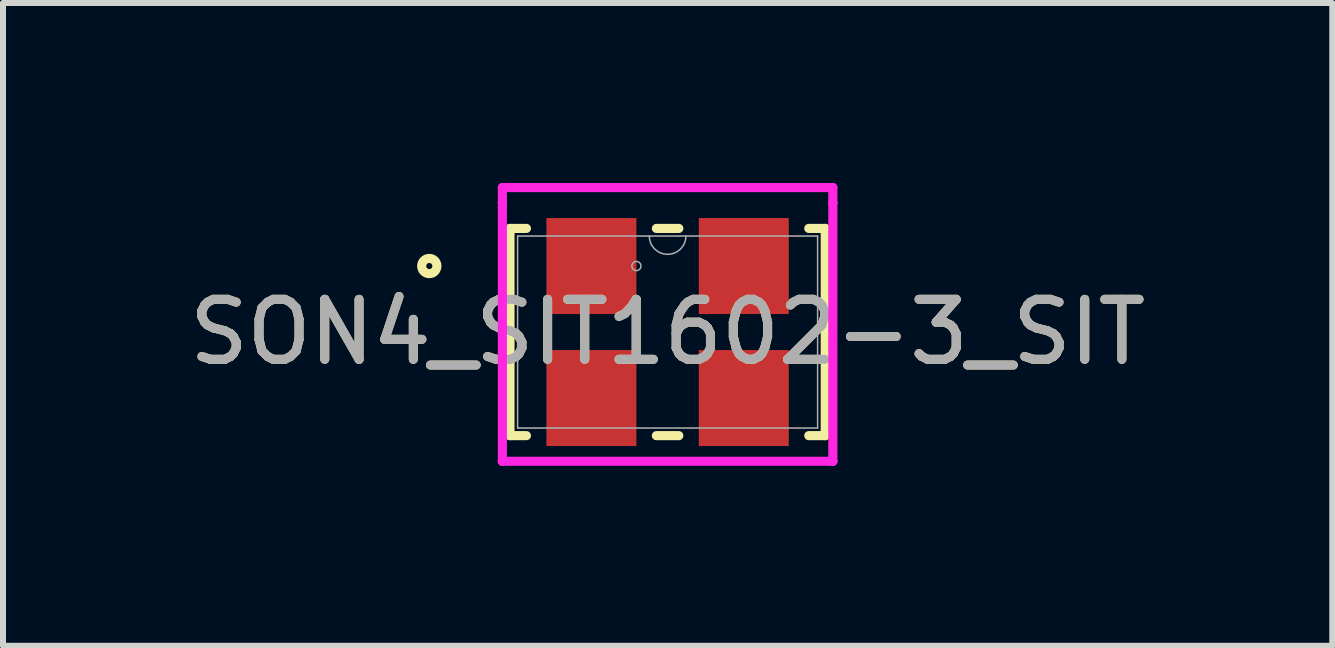
<source format=kicad_pcb>
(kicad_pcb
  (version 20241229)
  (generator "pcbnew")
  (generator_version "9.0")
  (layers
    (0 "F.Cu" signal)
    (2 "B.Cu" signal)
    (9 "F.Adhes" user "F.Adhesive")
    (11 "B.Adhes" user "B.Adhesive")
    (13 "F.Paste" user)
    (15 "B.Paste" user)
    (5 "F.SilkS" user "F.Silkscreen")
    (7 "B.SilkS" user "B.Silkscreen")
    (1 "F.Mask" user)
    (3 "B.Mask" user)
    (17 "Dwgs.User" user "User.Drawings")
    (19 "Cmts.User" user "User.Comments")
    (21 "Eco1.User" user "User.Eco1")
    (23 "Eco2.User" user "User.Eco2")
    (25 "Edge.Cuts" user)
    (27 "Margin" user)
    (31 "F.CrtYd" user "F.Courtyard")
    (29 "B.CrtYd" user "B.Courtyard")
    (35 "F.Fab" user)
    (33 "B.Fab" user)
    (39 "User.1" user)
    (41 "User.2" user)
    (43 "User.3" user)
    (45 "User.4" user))
  (footprint "SON4_SIT1602-3_SIT"
    (layer "F.Cu")
    (at 8.077 2.484)
    (property "Reference" "SON4_SIT1602-3_SIT" (at 0 0 0) (unlocked yes) (layer "F.SilkS") (effects (font (size 1 1) (thickness 0.15))))
    (attr smd)
    (fp_line (start -2.627 -1.727) (end -2.627 1.727) (stroke (width 0.152) (type solid)) (layer "F.SilkS"))
    (fp_line (start -2.627 1.727) (end -2.353 1.727) (stroke (width 0.152) (type solid)) (layer "F.SilkS"))
    (fp_line (start -2.353 -1.727) (end -2.627 -1.727) (stroke (width 0.152) (type solid)) (layer "F.SilkS"))
    (fp_line (start -0.187 1.727) (end 0.187 1.727) (stroke (width 0.152) (type solid)) (layer "F.SilkS"))
    (fp_line (start 0.187 -1.727) (end -0.187 -1.727) (stroke (width 0.152) (type solid)) (layer "F.SilkS"))
    (fp_line (start 2.353 1.727) (end 2.627 1.727) (stroke (width 0.152) (type solid)) (layer "F.SilkS"))
    (fp_line (start 2.627 -1.727) (end 2.353 -1.727) (stroke (width 0.152) (type solid)) (layer "F.SilkS"))
    (fp_line (start 2.627 1.727) (end 2.627 -1.727) (stroke (width 0.152) (type solid)) (layer "F.SilkS"))
    (fp_circle (center -3.972 -1.1) (end -3.845 -1.1) (stroke (width 0.152) (type solid)) (fill no) (layer "F.SilkS"))
    (fp_line (start -2.754 -2.408) (end 2.754 -2.408) (stroke (width 0.152) (type solid)) (layer "F.CrtYd"))
    (fp_line (start -2.754 -2.154) (end -2.754 -2.408) (stroke (width 0.152) (type solid)) (layer "F.CrtYd"))
    (fp_line (start -2.754 -2.154) (end -2.754 -2.154) (stroke (width 0.152) (type solid)) (layer "F.CrtYd"))
    (fp_line (start -2.754 2.154) (end -2.754 -2.154) (stroke (width 0.152) (type solid)) (layer "F.CrtYd"))
    (fp_line (start -2.754 2.154) (end -2.754 2.154) (stroke (width 0.152) (type solid)) (layer "F.CrtYd"))
    (fp_line (start -2.754 2.154) (end -2.754 2.154) (stroke (width 0.152) (type solid)) (layer "F.CrtYd"))
    (fp_line (start 2.754 -2.408) (end 2.754 -2.154) (stroke (width 0.152) (type solid)) (layer "F.CrtYd"))
    (fp_line (start 2.754 -2.154) (end 2.754 -2.154) (stroke (width 0.152) (type solid)) (layer "F.CrtYd"))
    (fp_line (start 2.754 -2.154) (end 2.754 2.154) (stroke (width 0.152) (type solid)) (layer "F.CrtYd"))
    (fp_line (start 2.754 2.154) (end -2.754 2.154) (stroke (width 0.152) (type solid)) (layer "F.CrtYd"))
    (fp_line (start 2.754 2.154) (end 2.754 2.154) (stroke (width 0.152) (type solid)) (layer "F.CrtYd"))
    (fp_line (start 2.754 2.154) (end 2.754 2.154) (stroke (width 0.152) (type solid)) (layer "F.CrtYd"))
    (fp_line (start -2.5 -1.6) (end -2.5 1.6) (stroke (width 0.025) (type solid)) (layer "F.Fab"))
    (fp_line (start -2.5 1.6) (end 2.5 1.6) (stroke (width 0.025) (type solid)) (layer "F.Fab"))
    (fp_line (start 2.5 -1.6) (end -2.5 -1.6) (stroke (width 0.025) (type solid)) (layer "F.Fab"))
    (fp_line (start 2.5 1.6) (end 2.5 -1.6) (stroke (width 0.025) (type solid)) (layer "F.Fab"))
    (fp_arc (start 0.3048 -1.600001) (mid 0 -1.295201) (end -0.3048 -1.600001) (stroke (width 0.0254) (type solid)) (layer "F.Fab"))
    (fp_circle (center -0.52 -1.1) (end -0.444 -1.1) (stroke (width 0.025) (type solid)) (fill no) (layer "F.Fab"))
    (fp_text user "${REFERENCE}" (at 0 0 0) (unlocked yes) (layer "F.Fab") (effects (font (size 1 1) (thickness 0.15))))
    (pad "1" smd rect (at -1.27 1.1) (size 1.5 1.6) (layers "F.Cu" "F.Mask" "F.Paste"))
    (pad "2" smd rect (at 1.27 1.1) (size 1.5 1.6) (layers "F.Cu" "F.Mask" "F.Paste"))
    (pad "3" smd rect (at 1.27 -1.1) (size 1.5 1.6) (layers "F.Cu" "F.Mask" "F.Paste"))
    (pad "4" smd rect (at -1.27 -1.1) (size 1.5 1.6) (layers "F.Cu" "F.Mask" "F.Paste")))
  (gr_rect
    (start -3 -3)
    (end 19.155 7.714)
    (stroke (width 0.1) (type default))
    (fill no)
    (layer "Edge.Cuts")))
</source>
